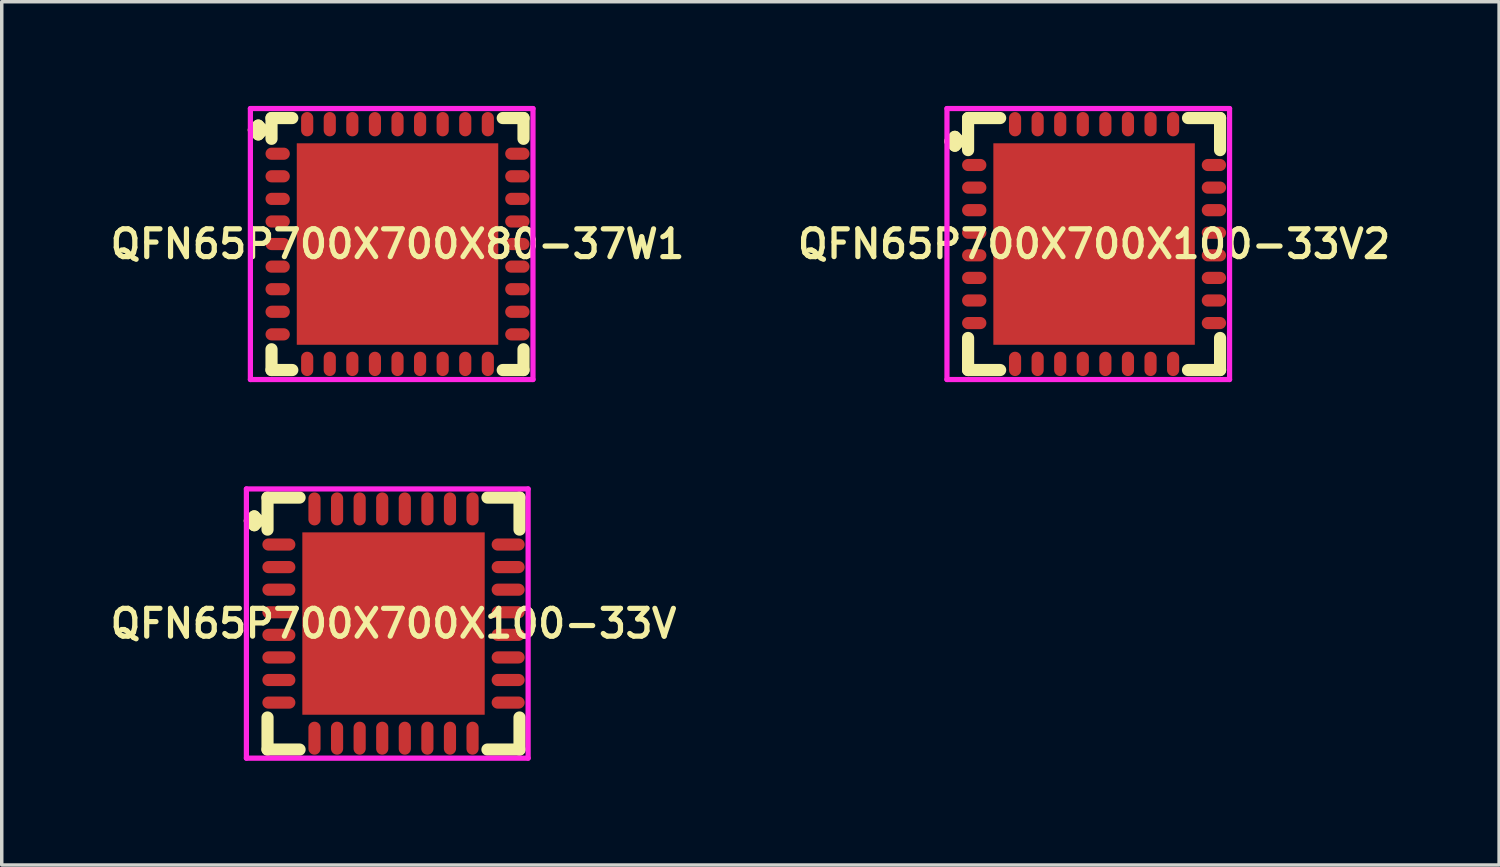
<source format=kicad_pcb>
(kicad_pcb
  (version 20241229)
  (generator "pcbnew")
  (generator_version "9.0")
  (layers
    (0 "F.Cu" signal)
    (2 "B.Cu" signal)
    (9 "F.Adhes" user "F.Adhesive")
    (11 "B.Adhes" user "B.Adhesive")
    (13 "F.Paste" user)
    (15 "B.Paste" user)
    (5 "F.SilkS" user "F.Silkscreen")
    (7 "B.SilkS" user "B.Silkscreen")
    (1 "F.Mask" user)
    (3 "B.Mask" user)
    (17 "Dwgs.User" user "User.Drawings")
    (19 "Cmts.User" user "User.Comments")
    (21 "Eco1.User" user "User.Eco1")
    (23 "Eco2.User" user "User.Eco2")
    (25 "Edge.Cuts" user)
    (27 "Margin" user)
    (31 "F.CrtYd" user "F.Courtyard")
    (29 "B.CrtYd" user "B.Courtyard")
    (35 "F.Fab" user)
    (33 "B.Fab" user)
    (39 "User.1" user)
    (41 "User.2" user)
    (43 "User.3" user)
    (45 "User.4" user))
  (footprint "QFN65P700X700X100-33V2"
    (layer "F.Cu")
    (at 28.445 3.975)
    (property "Reference" "QFN65P700X700X100-33V2" (at 0 0 0) (layer "F.SilkS") (effects (font (size 0.8 0.8) (thickness 0.15))))
    (attr through_hole)
    (fp_line (start -4.135 -2.958) (end -4.008 -3.085) (stroke (width 0.35) (type solid)) (layer "F.SilkS"))
    (fp_line (start -4.008 -3.085) (end -3.881 -2.958) (stroke (width 0.35) (type solid)) (layer "F.SilkS"))
    (fp_line (start -4.008 -2.831) (end -4.135 -2.958) (stroke (width 0.35) (type solid)) (layer "F.SilkS"))
    (fp_line (start -3.881 -2.958) (end -4.008 -2.831) (stroke (width 0.35) (type solid)) (layer "F.SilkS"))
    (fp_line (start -3.627 -3.627) (end -2.704 -3.627) (stroke (width 0.35) (type solid)) (layer "F.SilkS"))
    (fp_line (start -3.627 -2.704) (end -3.627 -3.627) (stroke (width 0.35) (type solid)) (layer "F.SilkS"))
    (fp_line (start -3.627 2.704) (end -3.627 3.627) (stroke (width 0.35) (type solid)) (layer "F.SilkS"))
    (fp_line (start -3.627 3.627) (end -2.704 3.627) (stroke (width 0.35) (type solid)) (layer "F.SilkS"))
    (fp_line (start 2.704 -3.627) (end 3.627 -3.627) (stroke (width 0.35) (type solid)) (layer "F.SilkS"))
    (fp_line (start 2.704 3.627) (end 3.627 3.627) (stroke (width 0.35) (type solid)) (layer "F.SilkS"))
    (fp_line (start 3.627 -3.627) (end 3.627 -2.704) (stroke (width 0.35) (type solid)) (layer "F.SilkS"))
    (fp_line (start 3.627 3.627) (end 3.627 2.704) (stroke (width 0.35) (type solid)) (layer "F.SilkS"))
    (fp_line (start -4.235 -3.9) (end 3.9 -3.9) (stroke (width 0.15) (type solid)) (layer "F.CrtYd"))
    (fp_line (start -4.235 3.9) (end -4.235 -3.9) (stroke (width 0.15) (type solid)) (layer "F.CrtYd"))
    (fp_line (start 3.9 -3.9) (end 3.9 3.9) (stroke (width 0.15) (type solid)) (layer "F.CrtYd"))
    (fp_line (start 3.9 3.9) (end -4.235 3.9) (stroke (width 0.15) (type solid)) (layer "F.CrtYd"))
    (pad "1" smd oval (at -3.45 -2.275) (size 0.7 0.35) (layers "F.Cu" "F.Mask" "F.Paste"))
    (pad "2" smd oval (at -3.45 -1.625) (size 0.7 0.35) (layers "F.Cu" "F.Mask" "F.Paste"))
    (pad "3" smd oval (at -3.45 -0.975) (size 0.7 0.35) (layers "F.Cu" "F.Mask" "F.Paste"))
    (pad "4" smd oval (at -3.45 -0.325) (size 0.7 0.35) (layers "F.Cu" "F.Mask" "F.Paste"))
    (pad "5" smd oval (at -3.45 0.325) (size 0.7 0.35) (layers "F.Cu" "F.Mask" "F.Paste"))
    (pad "6" smd oval (at -3.45 0.975) (size 0.7 0.35) (layers "F.Cu" "F.Mask" "F.Paste"))
    (pad "7" smd oval (at -3.45 1.625) (size 0.7 0.35) (layers "F.Cu" "F.Mask" "F.Paste"))
    (pad "8" smd oval (at -3.45 2.275) (size 0.7 0.35) (layers "F.Cu" "F.Mask" "F.Paste"))
    (pad "9" smd oval (at -2.275 3.45) (size 0.35 0.7) (layers "F.Cu" "F.Mask" "F.Paste"))
    (pad "10" smd oval (at -1.625 3.45) (size 0.35 0.7) (layers "F.Cu" "F.Mask" "F.Paste"))
    (pad "11" smd oval (at -0.975 3.45) (size 0.35 0.7) (layers "F.Cu" "F.Mask" "F.Paste"))
    (pad "12" smd oval (at -0.325 3.45) (size 0.35 0.7) (layers "F.Cu" "F.Mask" "F.Paste"))
    (pad "13" smd oval (at 0.325 3.45) (size 0.35 0.7) (layers "F.Cu" "F.Mask" "F.Paste"))
    (pad "14" smd oval (at 0.975 3.45) (size 0.35 0.7) (layers "F.Cu" "F.Mask" "F.Paste"))
    (pad "15" smd oval (at 1.625 3.45) (size 0.35 0.7) (layers "F.Cu" "F.Mask" "F.Paste"))
    (pad "16" smd oval (at 2.275 3.45) (size 0.35 0.7) (layers "F.Cu" "F.Mask" "F.Paste"))
    (pad "17" smd oval (at 3.45 2.275) (size 0.7 0.35) (layers "F.Cu" "F.Mask" "F.Paste"))
    (pad "18" smd oval (at 3.45 1.625) (size 0.7 0.35) (layers "F.Cu" "F.Mask" "F.Paste"))
    (pad "19" smd oval (at 3.45 0.975) (size 0.7 0.35) (layers "F.Cu" "F.Mask" "F.Paste"))
    (pad "20" smd oval (at 3.45 0.325) (size 0.7 0.35) (layers "F.Cu" "F.Mask" "F.Paste"))
    (pad "21" smd oval (at 3.45 -0.325) (size 0.7 0.35) (layers "F.Cu" "F.Mask" "F.Paste"))
    (pad "22" smd oval (at 3.45 -0.975) (size 0.7 0.35) (layers "F.Cu" "F.Mask" "F.Paste"))
    (pad "23" smd oval (at 3.45 -1.625) (size 0.7 0.35) (layers "F.Cu" "F.Mask" "F.Paste"))
    (pad "24" smd oval (at 3.45 -2.275) (size 0.7 0.35) (layers "F.Cu" "F.Mask" "F.Paste"))
    (pad "25" smd oval (at 2.275 -3.45) (size 0.35 0.7) (layers "F.Cu" "F.Mask" "F.Paste"))
    (pad "26" smd oval (at 1.625 -3.45) (size 0.35 0.7) (layers "F.Cu" "F.Mask" "F.Paste"))
    (pad "27" smd oval (at 0.975 -3.45) (size 0.35 0.7) (layers "F.Cu" "F.Mask" "F.Paste"))
    (pad "28" smd oval (at 0.325 -3.45) (size 0.35 0.7) (layers "F.Cu" "F.Mask" "F.Paste"))
    (pad "29" smd oval (at -0.325 -3.45) (size 0.35 0.7) (layers "F.Cu" "F.Mask" "F.Paste"))
    (pad "30" smd oval (at -0.975 -3.45) (size 0.35 0.7) (layers "F.Cu" "F.Mask" "F.Paste"))
    (pad "31" smd oval (at -1.625 -3.45) (size 0.35 0.7) (layers "F.Cu" "F.Mask" "F.Paste"))
    (pad "32" smd oval (at -2.275 -3.45) (size 0.35 0.7) (layers "F.Cu" "F.Mask" "F.Paste"))
    (pad "33" smd rect (at 0 0) (size 5.8 5.8) (layers "F.Cu" "F.Mask" "F.Paste")))
  (footprint "QFN65P700X700X80-37W1"
    (layer "F.Cu")
    (at 8.393 3.975)
    (property "Reference" "QFN65P700X700X80-37W1" (at 0 0 0) (layer "F.SilkS") (effects (font (size 0.8 0.8) (thickness 0.15))))
    (attr smd)
    (fp_line (start -4.135 -3.283) (end -4.008 -3.41) (stroke (width 0.35) (type solid)) (layer "F.SilkS"))
    (fp_line (start -4.008 -3.41) (end -3.881 -3.283) (stroke (width 0.35) (type solid)) (layer "F.SilkS"))
    (fp_line (start -4.008 -3.156) (end -4.135 -3.283) (stroke (width 0.35) (type solid)) (layer "F.SilkS"))
    (fp_line (start -3.881 -3.283) (end -4.008 -3.156) (stroke (width 0.35) (type solid)) (layer "F.SilkS"))
    (fp_line (start -3.627 -3.627) (end -3.029 -3.627) (stroke (width 0.35) (type solid)) (layer "F.SilkS"))
    (fp_line (start -3.627 -3.029) (end -3.627 -3.627) (stroke (width 0.35) (type solid)) (layer "F.SilkS"))
    (fp_line (start -3.627 3.029) (end -3.627 3.627) (stroke (width 0.35) (type solid)) (layer "F.SilkS"))
    (fp_line (start -3.627 3.627) (end -3.029 3.627) (stroke (width 0.35) (type solid)) (layer "F.SilkS"))
    (fp_line (start 3.029 -3.627) (end 3.627 -3.627) (stroke (width 0.35) (type solid)) (layer "F.SilkS"))
    (fp_line (start 3.029 3.627) (end 3.627 3.627) (stroke (width 0.35) (type solid)) (layer "F.SilkS"))
    (fp_line (start 3.627 -3.627) (end 3.627 -3.029) (stroke (width 0.35) (type solid)) (layer "F.SilkS"))
    (fp_line (start 3.627 3.627) (end 3.627 3.029) (stroke (width 0.35) (type solid)) (layer "F.SilkS"))
    (fp_line (start -4.235 -3.9) (end 3.9 -3.9) (stroke (width 0.15) (type solid)) (layer "F.CrtYd"))
    (fp_line (start -4.235 3.9) (end -4.235 -3.9) (stroke (width 0.15) (type solid)) (layer "F.CrtYd"))
    (fp_line (start 3.9 -3.9) (end 3.9 3.9) (stroke (width 0.15) (type solid)) (layer "F.CrtYd"))
    (fp_line (start 3.9 3.9) (end -4.235 3.9) (stroke (width 0.15) (type solid)) (layer "F.CrtYd"))
    (pad "1" smd oval (at -3.45 -2.6) (size 0.7 0.35) (layers "F.Cu" "F.Mask" "F.Paste"))
    (pad "2" smd oval (at -3.45 -1.95) (size 0.7 0.35) (layers "F.Cu" "F.Mask" "F.Paste"))
    (pad "3" smd oval (at -3.45 -1.3) (size 0.7 0.35) (layers "F.Cu" "F.Mask" "F.Paste"))
    (pad "4" smd oval (at -3.45 -0.65) (size 0.7 0.35) (layers "F.Cu" "F.Mask" "F.Paste"))
    (pad "5" smd oval (at -3.45 0) (size 0.7 0.35) (layers "F.Cu" "F.Mask" "F.Paste"))
    (pad "6" smd oval (at -3.45 0.65) (size 0.7 0.35) (layers "F.Cu" "F.Mask" "F.Paste"))
    (pad "7" smd oval (at -3.45 1.3) (size 0.7 0.35) (layers "F.Cu" "F.Mask" "F.Paste"))
    (pad "8" smd oval (at -3.45 1.95) (size 0.7 0.35) (layers "F.Cu" "F.Mask" "F.Paste"))
    (pad "9" smd oval (at -3.45 2.6) (size 0.7 0.35) (layers "F.Cu" "F.Mask" "F.Paste"))
    (pad "10" smd oval (at -2.6 3.45) (size 0.35 0.7) (layers "F.Cu" "F.Mask" "F.Paste"))
    (pad "11" smd oval (at -1.95 3.45) (size 0.35 0.7) (layers "F.Cu" "F.Mask" "F.Paste"))
    (pad "12" smd oval (at -1.3 3.45) (size 0.35 0.7) (layers "F.Cu" "F.Mask" "F.Paste"))
    (pad "13" smd oval (at -0.65 3.45) (size 0.35 0.7) (layers "F.Cu" "F.Mask" "F.Paste"))
    (pad "14" smd oval (at 0 3.45) (size 0.35 0.7) (layers "F.Cu" "F.Mask" "F.Paste"))
    (pad "15" smd oval (at 0.65 3.45) (size 0.35 0.7) (layers "F.Cu" "F.Mask" "F.Paste"))
    (pad "16" smd oval (at 1.3 3.45) (size 0.35 0.7) (layers "F.Cu" "F.Mask" "F.Paste"))
    (pad "17" smd oval (at 1.95 3.45) (size 0.35 0.7) (layers "F.Cu" "F.Mask" "F.Paste"))
    (pad "18" smd oval (at 2.6 3.45) (size 0.35 0.7) (layers "F.Cu" "F.Mask" "F.Paste"))
    (pad "19" smd oval (at 3.45 2.6) (size 0.7 0.35) (layers "F.Cu" "F.Mask" "F.Paste"))
    (pad "20" smd oval (at 3.45 1.95) (size 0.7 0.35) (layers "F.Cu" "F.Mask" "F.Paste"))
    (pad "21" smd oval (at 3.45 1.3) (size 0.7 0.35) (layers "F.Cu" "F.Mask" "F.Paste"))
    (pad "22" smd oval (at 3.45 0.65) (size 0.7 0.35) (layers "F.Cu" "F.Mask" "F.Paste"))
    (pad "23" smd oval (at 3.45 0) (size 0.7 0.35) (layers "F.Cu" "F.Mask" "F.Paste"))
    (pad "24" smd oval (at 3.45 -0.65) (size 0.7 0.35) (layers "F.Cu" "F.Mask" "F.Paste"))
    (pad "25" smd oval (at 3.45 -1.3) (size 0.7 0.35) (layers "F.Cu" "F.Mask" "F.Paste"))
    (pad "26" smd oval (at 3.45 -1.95) (size 0.7 0.35) (layers "F.Cu" "F.Mask" "F.Paste"))
    (pad "27" smd oval (at 3.45 -2.6) (size 0.7 0.35) (layers "F.Cu" "F.Mask" "F.Paste"))
    (pad "28" smd oval (at 2.6 -3.45) (size 0.35 0.7) (layers "F.Cu" "F.Mask" "F.Paste"))
    (pad "29" smd oval (at 1.95 -3.45) (size 0.35 0.7) (layers "F.Cu" "F.Mask" "F.Paste"))
    (pad "30" smd oval (at 1.3 -3.45) (size 0.35 0.7) (layers "F.Cu" "F.Mask" "F.Paste"))
    (pad "31" smd oval (at 0.65 -3.45) (size 0.35 0.7) (layers "F.Cu" "F.Mask" "F.Paste"))
    (pad "32" smd oval (at 0 -3.45) (size 0.35 0.7) (layers "F.Cu" "F.Mask" "F.Paste"))
    (pad "33" smd oval (at -0.65 -3.45) (size 0.35 0.7) (layers "F.Cu" "F.Mask" "F.Paste"))
    (pad "34" smd oval (at -1.3 -3.45) (size 0.35 0.7) (layers "F.Cu" "F.Mask" "F.Paste"))
    (pad "35" smd oval (at -1.95 -3.45) (size 0.35 0.7) (layers "F.Cu" "F.Mask" "F.Paste"))
    (pad "36" smd oval (at -2.6 -3.45) (size 0.35 0.7) (layers "F.Cu" "F.Mask" "F.Paste"))
    (pad "37" smd rect (at 0 0) (size 5.8 5.8) (layers "F.Cu" "F.Mask" "F.Paste")))
  (footprint "QFN65P700X700X100-33V"
    (layer "F.Cu")
    (at 8.278 14.9)
    (property "Reference" "QFN65P700X700X100-33V" (at 0 0 0) (layer "F.SilkS") (effects (font (size 0.8 0.8) (thickness 0.15))))
    (attr through_hole)
    (fp_line (start -4.135 -2.958) (end -4.008 -3.085) (stroke (width 0.35) (type solid)) (layer "F.SilkS"))
    (fp_line (start -4.008 -3.085) (end -3.881 -2.958) (stroke (width 0.35) (type solid)) (layer "F.SilkS"))
    (fp_line (start -4.008 -2.831) (end -4.135 -2.958) (stroke (width 0.35) (type solid)) (layer "F.SilkS"))
    (fp_line (start -3.881 -2.958) (end -4.008 -2.831) (stroke (width 0.35) (type solid)) (layer "F.SilkS"))
    (fp_line (start -3.627 -3.627) (end -2.704 -3.627) (stroke (width 0.35) (type solid)) (layer "F.SilkS"))
    (fp_line (start -3.627 -2.704) (end -3.627 -3.627) (stroke (width 0.35) (type solid)) (layer "F.SilkS"))
    (fp_line (start -3.627 2.704) (end -3.627 3.627) (stroke (width 0.35) (type solid)) (layer "F.SilkS"))
    (fp_line (start -3.627 3.627) (end -2.704 3.627) (stroke (width 0.35) (type solid)) (layer "F.SilkS"))
    (fp_line (start 2.704 -3.627) (end 3.627 -3.627) (stroke (width 0.35) (type solid)) (layer "F.SilkS"))
    (fp_line (start 2.704 3.627) (end 3.627 3.627) (stroke (width 0.35) (type solid)) (layer "F.SilkS"))
    (fp_line (start 3.627 -3.627) (end 3.627 -2.704) (stroke (width 0.35) (type solid)) (layer "F.SilkS"))
    (fp_line (start 3.627 3.627) (end 3.627 2.704) (stroke (width 0.35) (type solid)) (layer "F.SilkS"))
    (fp_line (start -4.235 -3.875) (end 3.875 -3.875) (stroke (width 0.15) (type solid)) (layer "F.CrtYd"))
    (fp_line (start -4.235 3.875) (end -4.235 -3.875) (stroke (width 0.15) (type solid)) (layer "F.CrtYd"))
    (fp_line (start 3.875 -3.875) (end 3.875 3.875) (stroke (width 0.15) (type solid)) (layer "F.CrtYd"))
    (fp_line (start 3.875 3.875) (end -4.235 3.875) (stroke (width 0.15) (type solid)) (layer "F.CrtYd"))
    (pad "1" smd oval (at -3.3 -2.275) (size 0.95 0.35) (layers "F.Cu" "F.Mask" "F.Paste"))
    (pad "2" smd oval (at -3.3 -1.625) (size 0.95 0.35) (layers "F.Cu" "F.Mask" "F.Paste"))
    (pad "3" smd oval (at -3.3 -0.975) (size 0.95 0.35) (layers "F.Cu" "F.Mask" "F.Paste"))
    (pad "4" smd oval (at -3.3 -0.325) (size 0.95 0.35) (layers "F.Cu" "F.Mask" "F.Paste"))
    (pad "5" smd oval (at -3.3 0.325) (size 0.95 0.35) (layers "F.Cu" "F.Mask" "F.Paste"))
    (pad "6" smd oval (at -3.3 0.975) (size 0.95 0.35) (layers "F.Cu" "F.Mask" "F.Paste"))
    (pad "7" smd oval (at -3.3 1.625) (size 0.95 0.35) (layers "F.Cu" "F.Mask" "F.Paste"))
    (pad "8" smd oval (at -3.3 2.275) (size 0.95 0.35) (layers "F.Cu" "F.Mask" "F.Paste"))
    (pad "9" smd oval (at -2.275 3.3) (size 0.35 0.95) (layers "F.Cu" "F.Mask" "F.Paste"))
    (pad "10" smd oval (at -1.625 3.3) (size 0.35 0.95) (layers "F.Cu" "F.Mask" "F.Paste"))
    (pad "11" smd oval (at -0.975 3.3) (size 0.35 0.95) (layers "F.Cu" "F.Mask" "F.Paste"))
    (pad "12" smd oval (at -0.325 3.3) (size 0.35 0.95) (layers "F.Cu" "F.Mask" "F.Paste"))
    (pad "13" smd oval (at 0.325 3.3) (size 0.35 0.95) (layers "F.Cu" "F.Mask" "F.Paste"))
    (pad "14" smd oval (at 0.975 3.3) (size 0.35 0.95) (layers "F.Cu" "F.Mask" "F.Paste"))
    (pad "15" smd oval (at 1.625 3.3) (size 0.35 0.95) (layers "F.Cu" "F.Mask" "F.Paste"))
    (pad "16" smd oval (at 2.275 3.3) (size 0.35 0.95) (layers "F.Cu" "F.Mask" "F.Paste"))
    (pad "17" smd oval (at 3.3 2.275) (size 0.95 0.35) (layers "F.Cu" "F.Mask" "F.Paste"))
    (pad "18" smd oval (at 3.3 1.625) (size 0.95 0.35) (layers "F.Cu" "F.Mask" "F.Paste"))
    (pad "19" smd oval (at 3.3 0.975) (size 0.95 0.35) (layers "F.Cu" "F.Mask" "F.Paste"))
    (pad "20" smd oval (at 3.3 0.325) (size 0.95 0.35) (layers "F.Cu" "F.Mask" "F.Paste"))
    (pad "21" smd oval (at 3.3 -0.325) (size 0.95 0.35) (layers "F.Cu" "F.Mask" "F.Paste"))
    (pad "22" smd oval (at 3.3 -0.975) (size 0.95 0.35) (layers "F.Cu" "F.Mask" "F.Paste"))
    (pad "23" smd oval (at 3.3 -1.625) (size 0.95 0.35) (layers "F.Cu" "F.Mask" "F.Paste"))
    (pad "24" smd oval (at 3.3 -2.275) (size 0.95 0.35) (layers "F.Cu" "F.Mask" "F.Paste"))
    (pad "25" smd oval (at 2.275 -3.3) (size 0.35 0.95) (layers "F.Cu" "F.Mask" "F.Paste"))
    (pad "26" smd oval (at 1.625 -3.3) (size 0.35 0.95) (layers "F.Cu" "F.Mask" "F.Paste"))
    (pad "27" smd oval (at 0.975 -3.3) (size 0.35 0.95) (layers "F.Cu" "F.Mask" "F.Paste"))
    (pad "28" smd oval (at 0.325 -3.3) (size 0.35 0.95) (layers "F.Cu" "F.Mask" "F.Paste"))
    (pad "29" smd oval (at -0.325 -3.3) (size 0.35 0.95) (layers "F.Cu" "F.Mask" "F.Paste"))
    (pad "30" smd oval (at -0.975 -3.3) (size 0.35 0.95) (layers "F.Cu" "F.Mask" "F.Paste"))
    (pad "31" smd oval (at -1.625 -3.3) (size 0.35 0.95) (layers "F.Cu" "F.Mask" "F.Paste"))
    (pad "32" smd oval (at -2.275 -3.3) (size 0.35 0.95) (layers "F.Cu" "F.Mask" "F.Paste"))
    (pad "33" smd rect (at 0 0) (size 5.25 5.25) (layers "F.Cu" "F.Mask" "F.Paste")))
  (gr_rect
    (start -3 -3)
    (end 40.104 21.85)
    (stroke (width 0.1) (type default))
    (fill no)
    (layer "Edge.Cuts")))
</source>
